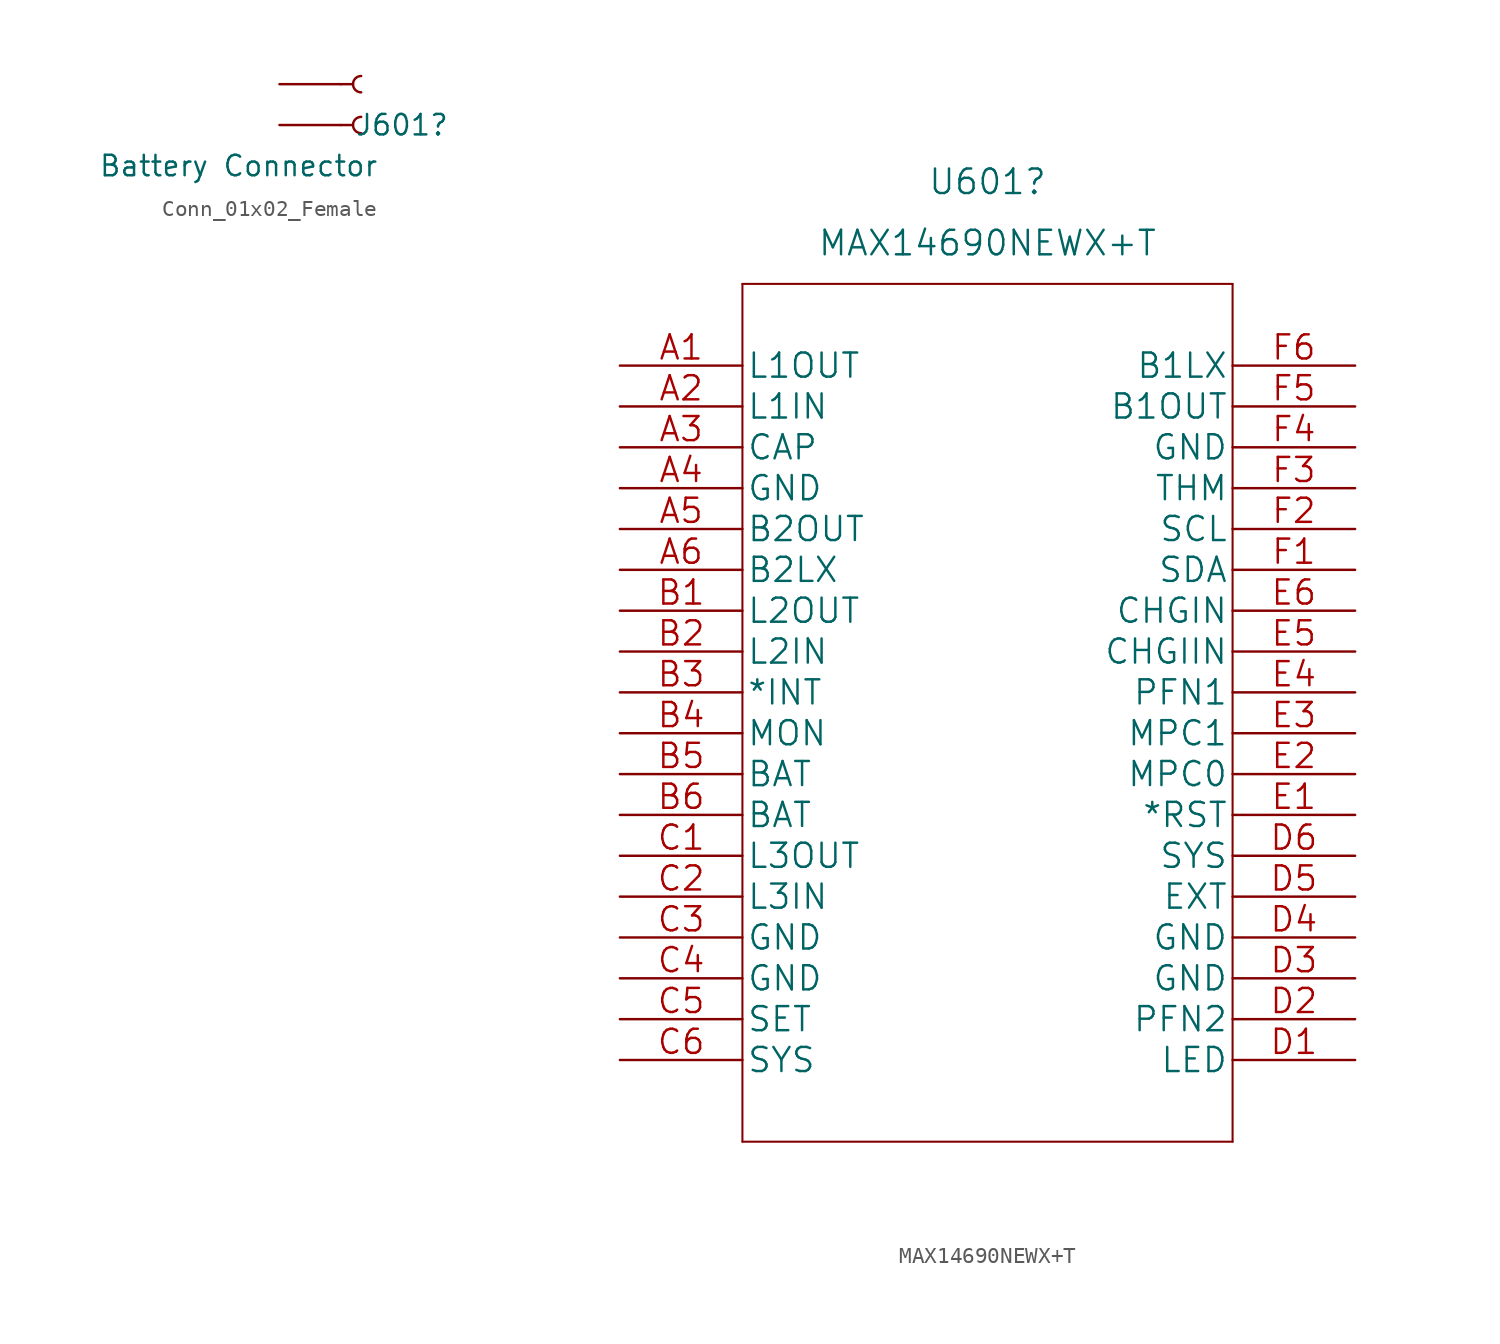
<source format=kicad_sym>
(kicad_symbol_lib
  (version 20211014)
  (generator kicad_symbol_editor)
  (symbol "Conn_01x02_Female"
    (pin_numbers hide)
    (pin_names
      (offset 1.016) hide)
    (property "Reference" "J601"
      (at 2.54 -2.54 0)
      (effects (font (size 1.27 1.27))))
    (property "Value" "Battery Connector"
      (at -7.62 -5.08 0)
      (effects (font (size 1.27 1.27))))
    (symbol "Conn_01x02_Female_1_1"
      (arc (start 0 -2.032) (mid -0.508 -2.54) (end 0 -3.048) (stroke (width 0.1524) (type default) (color 0 0 0 0)) (fill (type none)))
      (polyline (pts (xy -1.27 -2.54) (xy -0.508 -2.54)) (stroke (width 0.152) (type default) (color 0 0 0 0)) (fill (type none)))
      (polyline (pts (xy -1.27 0) (xy -0.508 0)) (stroke (width 0.152) (type default) (color 0 0 0 0)) (fill (type none)))
      (arc (start 0 0.508) (mid -0.508 0) (end 0 -0.508) (stroke (width 0.1524) (type default) (color 0 0 0 0)) (fill (type none)))
      (pin power_out line (at -5.08 0 0) (length 3.81) (name "Pin_1" (effects (font (size 1.27 1.27)))) (number "1" (effects (font (size 1.27 1.27)))))
      (pin power_out line (at -5.08 -2.54 0) (length 3.81) (name "Pin_2" (effects (font (size 1.27 1.27)))) (number "2" (effects (font (size 1.27 1.27)))))))
  (symbol "MAX14690NEWX+T"
    (pin_names
      (offset 0.254))
    (property "Reference" "U601"
      (at 22.86 11.43 0)
      (effects (font (size 1.524 1.524))))
    (property "Value" "MAX14690NEWX+T"
      (at 22.86 7.62 0)
      (effects (font (size 1.524 1.524))))
    (property "Datasheet" ""
      (at 0 0 0)
      (effects (font (size 1.524 1.524))))
    (property "ki_locked" ""
      (at 0 0 0)
      (effects (font (size 1.27 1.27))))
    (symbol "MAX14690NEWX+T_1_1"
      (polyline (pts (xy 7.62 -48.26) (xy 38.1 -48.26)) (stroke (width 0.127) (type default) (color 0 0 0 0)) (fill (type none)))
      (polyline (pts (xy 7.62 5.08) (xy 7.62 -48.26)) (stroke (width 0.127) (type default) (color 0 0 0 0)) (fill (type none)))
      (polyline (pts (xy 38.1 -48.26) (xy 38.1 5.08)) (stroke (width 0.127) (type default) (color 0 0 0 0)) (fill (type none)))
      (polyline (pts (xy 38.1 5.08) (xy 7.62 5.08)) (stroke (width 0.127) (type default) (color 0 0 0 0)) (fill (type none)))
      (pin power_out line (at 0 0 0) (length 7.62) (name "L1OUT" (effects (font (size 1.499 1.499)))) (number "A1" (effects (font (size 1.499 1.499)))))
      (pin input line (at 0 -2.54 0) (length 7.62) (name "L1IN" (effects (font (size 1.499 1.499)))) (number "A2" (effects (font (size 1.499 1.499)))))
      (pin output line (at 0 -5.08 0) (length 7.62) (name "CAP" (effects (font (size 1.499 1.499)))) (number "A3" (effects (font (size 1.499 1.499)))))
      (pin power_in line (at 0 -7.62 0) (length 7.62) (name "GND" (effects (font (size 1.499 1.499)))) (number "A4" (effects (font (size 1.499 1.499)))))
      (pin output line (at 0 -10.16 0) (length 7.62) (name "B2OUT" (effects (font (size 1.499 1.499)))) (number "A5" (effects (font (size 1.499 1.499)))))
      (pin power_out line (at 0 -12.7 0) (length 7.62) (name "B2LX" (effects (font (size 1.499 1.499)))) (number "A6" (effects (font (size 1.499 1.499)))))
      (pin power_out line (at 0 -15.24 0) (length 7.62) (name "L2OUT" (effects (font (size 1.499 1.499)))) (number "B1" (effects (font (size 1.499 1.499)))))
      (pin input line (at 0 -17.78 0) (length 7.62) (name "L2IN" (effects (font (size 1.499 1.499)))) (number "B2" (effects (font (size 1.499 1.499)))))
      (pin output line (at 0 -20.32 0) (length 7.62) (name "*INT" (effects (font (size 1.499 1.499)))) (number "B3" (effects (font (size 1.499 1.499)))))
      (pin output line (at 0 -22.86 0) (length 7.62) (name "MON" (effects (font (size 1.499 1.499)))) (number "B4" (effects (font (size 1.499 1.499)))))
      (pin power_in line (at 0 -25.4 0) (length 7.62) (name "BAT" (effects (font (size 1.499 1.499)))) (number "B5" (effects (font (size 1.499 1.499)))))
      (pin power_in line (at 0 -27.94 0) (length 7.62) (name "BAT" (effects (font (size 1.499 1.499)))) (number "B6" (effects (font (size 1.499 1.499)))))
      (pin power_out line (at 0 -30.48 0) (length 7.62) (name "L3OUT" (effects (font (size 1.499 1.499)))) (number "C1" (effects (font (size 1.499 1.499)))))
      (pin input line (at 0 -33.02 0) (length 7.62) (name "L3IN" (effects (font (size 1.499 1.499)))) (number "C2" (effects (font (size 1.499 1.499)))))
      (pin power_in line (at 0 -35.56 0) (length 7.62) (name "GND" (effects (font (size 1.499 1.499)))) (number "C3" (effects (font (size 1.499 1.499)))))
      (pin power_in line (at 0 -38.1 0) (length 7.62) (name "GND" (effects (font (size 1.499 1.499)))) (number "C4" (effects (font (size 1.499 1.499)))))
      (pin input line (at 0 -40.64 0) (length 7.62) (name "SET" (effects (font (size 1.499 1.499)))) (number "C5" (effects (font (size 1.499 1.499)))))
      (pin power_out line (at 0 -43.18 0) (length 7.62) (name "SYS" (effects (font (size 1.499 1.499)))) (number "C6" (effects (font (size 1.499 1.499)))))
      (pin input line (at 45.72 -43.18 180) (length 7.62) (name "LED" (effects (font (size 1.499 1.499)))) (number "D1" (effects (font (size 1.499 1.499)))))
      (pin bidirectional line (at 45.72 -40.64 180) (length 7.62) (name "PFN2" (effects (font (size 1.499 1.499)))) (number "D2" (effects (font (size 1.499 1.499)))))
      (pin power_in line (at 45.72 -38.1 180) (length 7.62) (name "GND" (effects (font (size 1.499 1.499)))) (number "D3" (effects (font (size 1.499 1.499)))))
      (pin power_in line (at 45.72 -35.56 180) (length 7.62) (name "GND" (effects (font (size 1.499 1.499)))) (number "D4" (effects (font (size 1.499 1.499)))))
      (pin output line (at 45.72 -33.02 180) (length 7.62) (name "EXT" (effects (font (size 1.499 1.499)))) (number "D5" (effects (font (size 1.499 1.499)))))
      (pin power_out line (at 45.72 -30.48 180) (length 7.62) (name "SYS" (effects (font (size 1.499 1.499)))) (number "D6" (effects (font (size 1.499 1.499)))))
      (pin output line (at 45.72 -27.94 180) (length 7.62) (name "*RST" (effects (font (size 1.499 1.499)))) (number "E1" (effects (font (size 1.499 1.499)))))
      (pin input line (at 45.72 -25.4 180) (length 7.62) (name "MPC0" (effects (font (size 1.499 1.499)))) (number "E2" (effects (font (size 1.499 1.499)))))
      (pin input line (at 45.72 -22.86 180) (length 7.62) (name "MPC1" (effects (font (size 1.499 1.499)))) (number "E3" (effects (font (size 1.499 1.499)))))
      (pin input line (at 45.72 -20.32 180) (length 7.62) (name "PFN1" (effects (font (size 1.499 1.499)))) (number "E4" (effects (font (size 1.499 1.499)))))
      (pin input line (at 45.72 -17.78 180) (length 7.62) (name "CHGIIN" (effects (font (size 1.499 1.499)))) (number "E5" (effects (font (size 1.499 1.499)))))
      (pin input line (at 45.72 -15.24 180) (length 7.62) (name "CHGIN" (effects (font (size 1.499 1.499)))) (number "E6" (effects (font (size 1.499 1.499)))))
      (pin bidirectional line (at 45.72 -12.7 180) (length 7.62) (name "SDA" (effects (font (size 1.499 1.499)))) (number "F1" (effects (font (size 1.499 1.499)))))
      (pin input line (at 45.72 -10.16 180) (length 7.62) (name "SCL" (effects (font (size 1.499 1.499)))) (number "F2" (effects (font (size 1.499 1.499)))))
      (pin input line (at 45.72 -7.62 180) (length 7.62) (name "THM" (effects (font (size 1.499 1.499)))) (number "F3" (effects (font (size 1.499 1.499)))))
      (pin power_in line (at 45.72 -5.08 180) (length 7.62) (name "GND" (effects (font (size 1.499 1.499)))) (number "F4" (effects (font (size 1.499 1.499)))))
      (pin output line (at 45.72 -2.54 180) (length 7.62) (name "B1OUT" (effects (font (size 1.499 1.499)))) (number "F5" (effects (font (size 1.499 1.499)))))
      (pin power_out line (at 45.72 0 180) (length 7.62) (name "B1LX" (effects (font (size 1.499 1.499)))) (number "F6" (effects (font (size 1.499 1.499))))))))
</source>
